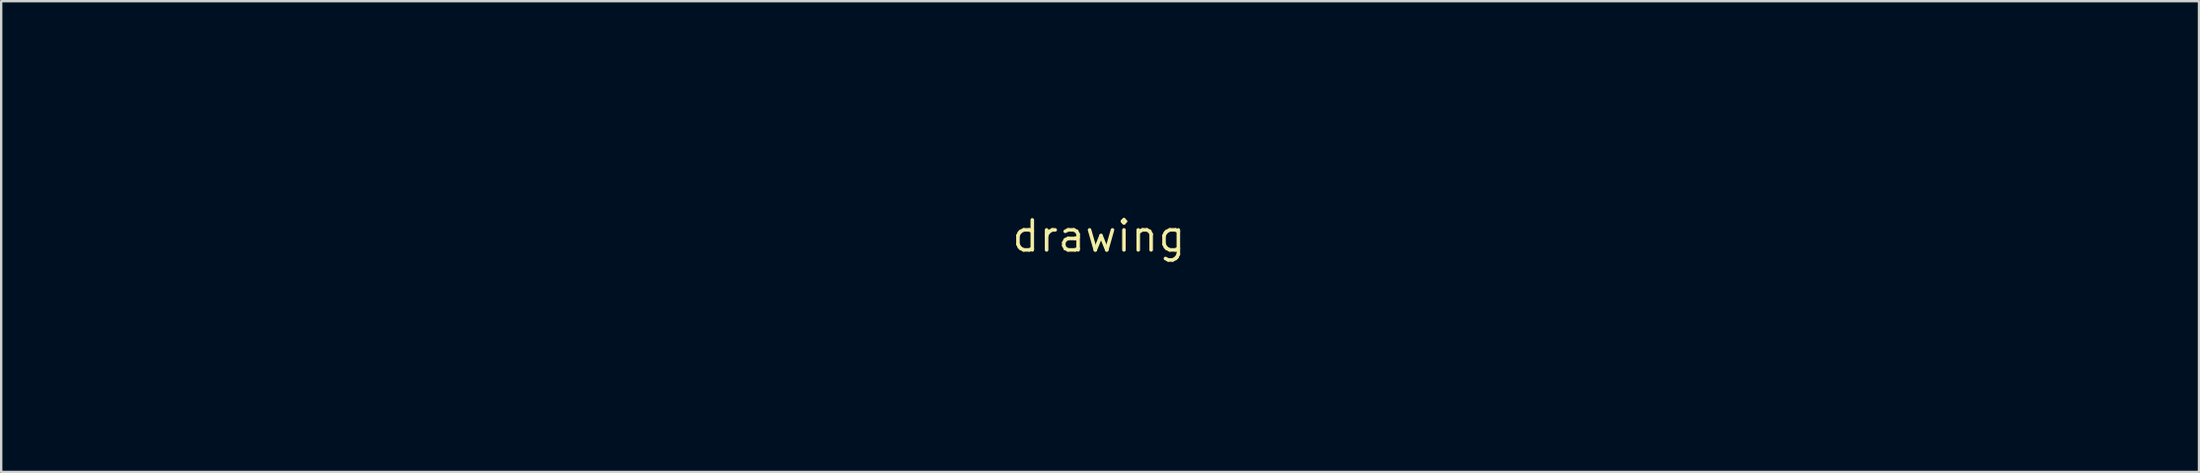
<source format=kicad_pcb>
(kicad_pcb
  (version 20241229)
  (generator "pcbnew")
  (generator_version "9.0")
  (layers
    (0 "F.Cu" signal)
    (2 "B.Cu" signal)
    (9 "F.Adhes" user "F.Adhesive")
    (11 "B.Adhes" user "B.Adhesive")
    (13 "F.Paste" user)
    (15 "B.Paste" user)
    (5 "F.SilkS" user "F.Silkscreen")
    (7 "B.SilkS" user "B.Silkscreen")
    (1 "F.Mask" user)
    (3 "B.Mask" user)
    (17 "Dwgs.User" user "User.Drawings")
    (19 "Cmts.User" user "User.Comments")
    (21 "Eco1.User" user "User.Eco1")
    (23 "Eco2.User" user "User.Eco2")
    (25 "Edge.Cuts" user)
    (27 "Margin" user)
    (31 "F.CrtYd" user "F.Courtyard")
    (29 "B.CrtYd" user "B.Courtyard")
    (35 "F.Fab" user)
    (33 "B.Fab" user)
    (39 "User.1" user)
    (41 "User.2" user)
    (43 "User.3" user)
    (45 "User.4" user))
  (footprint "drawing"
    (layer "F.Cu")
    (at 43.359 6.937)
    (property "Reference" "drawing" (at 0 0 0) (layer "F.SilkS") (effects (font (size 1.27 1.27) (thickness 0.15))))
    (attr through_hole)
    (fp_poly (pts (xy 20.659 -3.704) (xy 18.013 -3.704) (xy 18.013 -4.318) (xy 20.659 -4.318) (xy 20.659 -3.704)) (stroke (width 0.01) (type solid)) (fill yes) (layer "F.Mask"))
    (fp_poly (pts (xy 24.744 6.773) (xy 21.548 6.773) (xy 21.548 6.16) (xy 24.744 6.16) (xy 24.744 6.773)) (stroke (width 0.01) (type solid)) (fill yes) (layer "F.Mask"))
    (fp_poly (pts (xy -37.327 -5.387) (xy -37.322 -3.974) (xy -37.317 -2.561) (xy -36.407 -2.561) (xy -36.407 -2.011) (xy -39.053 -2.011) (xy -39.053 -2.561) (xy -38.058 -2.561) (xy -38.058 -4.847) (xy -39.01 -4.847) (xy -39.01 -5.398) (xy -37.327 -5.387)) (stroke (width 0.01) (type solid)) (fill yes) (layer "F.Mask"))
    (fp_poly (pts (xy -37.435 -6.842) (xy -37.395 -6.774) (xy -37.373 -6.704) (xy -37.363 -6.616) (xy -37.365 -6.487) (xy -37.39 -6.384) (xy -37.442 -6.298) (xy -37.469 -6.267) (xy -37.555 -6.194) (xy -37.646 -6.15) (xy -37.758 -6.127) (xy -37.803 -6.123) (xy -37.889 -6.121) (xy -37.953 -6.129) (xy -38.018 -6.154) (xy -38.054 -6.171) (xy -38.16 -6.242) (xy -38.223 -6.314) (xy -38.252 -6.363) (xy -38.269 -6.41) (xy -38.277 -6.47) (xy -38.28 -6.555) (xy -38.28 -6.574) (xy -38.279 -6.664) (xy -38.272 -6.725) (xy -38.258 -6.771) (xy -38.231 -6.817) (xy -38.215 -6.84) (xy -38.151 -6.932) (xy -37.499 -6.932) (xy -37.435 -6.842)) (stroke (width 0.01) (type solid)) (fill yes) (layer "F.Mask"))
    (fp_poly (pts (xy 38.493 -3.165) (xy 38.633 -3.124) (xy 38.76 -3.045) (xy 38.795 -3.015) (xy 38.899 -2.899) (xy 38.964 -2.768) (xy 38.994 -2.618) (xy 38.996 -2.551) (xy 38.977 -2.387) (xy 38.922 -2.242) (xy 38.834 -2.121) (xy 38.719 -2.027) (xy 38.579 -1.963) (xy 38.418 -1.935) (xy 38.407 -1.934) (xy 38.321 -1.934) (xy 38.243 -1.939) (xy 38.192 -1.948) (xy 38.092 -1.994) (xy 37.988 -2.065) (xy 37.897 -2.151) (xy 37.853 -2.207) (xy 37.782 -2.347) (xy 37.749 -2.492) (xy 37.753 -2.635) (xy 37.789 -2.773) (xy 37.855 -2.898) (xy 37.949 -3.006) (xy 38.067 -3.092) (xy 38.208 -3.149) (xy 38.335 -3.17) (xy 38.493 -3.165)) (stroke (width 0.01) (type solid)) (fill yes) (layer "F.Mask"))
    (fp_poly (pts (xy 35.299 2.183) (xy 35.47 2.254) (xy 35.617 2.359) (xy 35.738 2.497) (xy 35.832 2.665) (xy 35.888 2.83) (xy 35.895 2.861) (xy 35.901 2.903) (xy 35.905 2.957) (xy 35.909 3.028) (xy 35.912 3.118) (xy 35.915 3.231) (xy 35.917 3.371) (xy 35.918 3.539) (xy 35.919 3.74) (xy 35.92 3.977) (xy 35.92 4.252) (xy 35.92 4.28) (xy 35.92 5.609) (xy 35.204 5.609) (xy 35.194 4.376) (xy 35.191 4.075) (xy 35.188 3.815) (xy 35.185 3.595) (xy 35.18 3.413) (xy 35.176 3.268) (xy 35.171 3.159) (xy 35.165 3.084) (xy 35.159 3.044) (xy 35.111 2.914) (xy 35.04 2.82) (xy 34.945 2.758) (xy 34.821 2.727) (xy 34.724 2.722) (xy 34.547 2.745) (xy 34.378 2.81) (xy 34.219 2.914) (xy 34.072 3.058) (xy 34.032 3.105) (xy 33.952 3.207) (xy 33.952 4.408) (xy 33.951 5.609) (xy 33.211 5.609) (xy 33.211 2.243) (xy 33.533 2.248) (xy 33.856 2.254) (xy 33.877 2.448) (xy 33.898 2.641) (xy 34.023 2.529) (xy 34.226 2.375) (xy 34.445 2.259) (xy 34.679 2.182) (xy 34.894 2.148) (xy 35.106 2.148) (xy 35.299 2.183)) (stroke (width 0.01) (type solid)) (fill yes) (layer "F.Mask"))
    (fp_poly (pts (xy 26.331 2.631) (xy 26.442 2.527) (xy 26.62 2.382) (xy 26.805 2.276) (xy 27.004 2.206) (xy 27.224 2.169) (xy 27.31 2.164) (xy 27.462 2.161) (xy 27.586 2.171) (xy 27.695 2.196) (xy 27.802 2.237) (xy 27.842 2.256) (xy 27.992 2.352) (xy 28.111 2.474) (xy 28.202 2.625) (xy 28.258 2.773) (xy 28.268 2.807) (xy 28.277 2.84) (xy 28.284 2.874) (xy 28.29 2.912) (xy 28.296 2.958) (xy 28.299 3.016) (xy 28.303 3.088) (xy 28.305 3.177) (xy 28.306 3.288) (xy 28.307 3.424) (xy 28.307 3.587) (xy 28.307 3.781) (xy 28.306 4.009) (xy 28.305 4.275) (xy 28.305 4.397) (xy 28.3 5.63) (xy 27.581 5.63) (xy 27.575 4.333) (xy 27.57 3.036) (xy 27.516 2.931) (xy 27.474 2.861) (xy 27.423 2.811) (xy 27.348 2.766) (xy 27.347 2.766) (xy 27.278 2.733) (xy 27.222 2.717) (xy 27.158 2.713) (xy 27.086 2.717) (xy 26.937 2.742) (xy 26.798 2.795) (xy 26.663 2.879) (xy 26.523 2.999) (xy 26.498 3.024) (xy 26.331 3.191) (xy 26.331 5.609) (xy 25.612 5.609) (xy 25.612 0.895) (xy 25.829 0.871) (xy 25.94 0.859) (xy 26.055 0.847) (xy 26.154 0.837) (xy 26.188 0.834) (xy 26.331 0.82) (xy 26.331 2.631)) (stroke (width 0.01) (type solid)) (fill yes) (layer "F.Mask"))
    (fp_poly (pts (xy -26.247 -4.808) (xy -26.246 -4.442) (xy -26.246 -4.117) (xy -26.245 -3.831) (xy -26.244 -3.584) (xy -26.242 -3.372) (xy -26.24 -3.196) (xy -26.237 -3.053) (xy -26.234 -2.943) (xy -26.23 -2.863) (xy -26.226 -2.813) (xy -26.223 -2.792) (xy -26.172 -2.697) (xy -26.094 -2.616) (xy -26.021 -2.572) (xy -25.896 -2.538) (xy -25.746 -2.527) (xy -25.579 -2.54) (xy -25.407 -2.576) (xy -25.323 -2.601) (xy -25.211 -2.639) (xy -25.15 -2.468) (xy -25.104 -2.342) (xy -25.072 -2.251) (xy -25.053 -2.187) (xy -25.049 -2.144) (xy -25.059 -2.116) (xy -25.086 -2.097) (xy -25.128 -2.079) (xy -25.187 -2.057) (xy -25.188 -2.057) (xy -25.276 -2.026) (xy -25.378 -1.996) (xy -25.442 -1.979) (xy -25.536 -1.962) (xy -25.654 -1.949) (xy -25.785 -1.94) (xy -25.916 -1.935) (xy -26.036 -1.936) (xy -26.131 -1.942) (xy -26.162 -1.947) (xy -26.369 -2.006) (xy -26.548 -2.097) (xy -26.7 -2.22) (xy -26.823 -2.375) (xy -26.917 -2.56) (xy -26.953 -2.666) (xy -26.96 -2.69) (xy -26.965 -2.722) (xy -26.97 -2.762) (xy -26.974 -2.815) (xy -26.977 -2.882) (xy -26.98 -2.968) (xy -26.982 -3.074) (xy -26.984 -3.204) (xy -26.985 -3.361) (xy -26.986 -3.546) (xy -26.987 -3.764) (xy -26.987 -4.017) (xy -26.987 -4.308) (xy -26.988 -4.491) (xy -26.988 -6.202) (xy -27.982 -6.202) (xy -27.982 -6.752) (xy -26.247 -6.752) (xy -26.247 -4.808)) (stroke (width 0.01) (type solid)) (fill yes) (layer "F.Mask"))
    (fp_poly (pts (xy 35.794 -5.451) (xy 35.926 -5.435) (xy 35.972 -5.426) (xy 36.131 -5.391) (xy 36.121 -5.315) (xy 36.116 -5.272) (xy 36.108 -5.194) (xy 36.097 -5.088) (xy 36.085 -4.963) (xy 36.072 -4.825) (xy 36.067 -4.773) (xy 36.054 -4.631) (xy 36.041 -4.498) (xy 36.03 -4.382) (xy 36.02 -4.29) (xy 36.014 -4.229) (xy 36.012 -4.217) (xy 36 -4.128) (xy 35.475 -4.128) (xy 35.475 -4.805) (xy 35.415 -4.805) (xy 35.273 -4.784) (xy 35.13 -4.724) (xy 34.991 -4.628) (xy 34.859 -4.498) (xy 34.737 -4.337) (xy 34.648 -4.185) (xy 34.603 -4.097) (xy 34.566 -4.021) (xy 34.538 -3.952) (xy 34.516 -3.884) (xy 34.501 -3.81) (xy 34.491 -3.724) (xy 34.485 -3.62) (xy 34.482 -3.492) (xy 34.481 -3.333) (xy 34.48 -3.161) (xy 34.48 -2.54) (xy 35.158 -2.54) (xy 35.158 -2.011) (xy 33.253 -2.011) (xy 33.253 -2.54) (xy 33.74 -2.54) (xy 33.74 -4.868) (xy 33.253 -4.868) (xy 33.253 -5.397) (xy 33.77 -5.397) (xy 33.914 -5.397) (xy 34.043 -5.395) (xy 34.152 -5.392) (xy 34.235 -5.388) (xy 34.285 -5.384) (xy 34.298 -5.38) (xy 34.305 -5.354) (xy 34.317 -5.294) (xy 34.333 -5.206) (xy 34.351 -5.098) (xy 34.367 -5.003) (xy 34.424 -4.643) (xy 34.476 -4.74) (xy 34.61 -4.957) (xy 34.762 -5.136) (xy 34.932 -5.277) (xy 35.12 -5.38) (xy 35.266 -5.43) (xy 35.371 -5.449) (xy 35.502 -5.458) (xy 35.648 -5.459) (xy 35.794 -5.451)) (stroke (width 0.01) (type solid)) (fill yes) (layer "F.Mask"))
    (fp_poly (pts (xy -2.336 -5.454) (xy -2.199 -5.439) (xy -2.128 -5.426) (xy -1.969 -5.391) (xy -1.98 -5.315) (xy -1.984 -5.277) (xy -1.992 -5.205) (xy -2.002 -5.107) (xy -2.014 -4.988) (xy -2.028 -4.857) (xy -2.041 -4.72) (xy -2.055 -4.583) (xy -2.067 -4.453) (xy -2.078 -4.338) (xy -2.087 -4.244) (xy -2.093 -4.178) (xy -2.095 -4.147) (xy -2.095 -4.146) (xy -2.115 -4.139) (xy -2.169 -4.133) (xy -2.25 -4.129) (xy -2.349 -4.128) (xy -2.36 -4.128) (xy -2.625 -4.128) (xy -2.625 -4.81) (xy -2.726 -4.8) (xy -2.847 -4.774) (xy -2.976 -4.721) (xy -3.095 -4.649) (xy -3.15 -4.604) (xy -3.224 -4.526) (xy -3.307 -4.42) (xy -3.39 -4.296) (xy -3.467 -4.168) (xy -3.529 -4.046) (xy -3.54 -4.022) (xy -3.608 -3.863) (xy -3.622 -2.54) (xy -2.942 -2.54) (xy -2.942 -2.011) (xy -4.847 -2.011) (xy -4.847 -2.54) (xy -4.36 -2.54) (xy -4.36 -4.868) (xy -4.847 -4.868) (xy -4.847 -5.397) (xy -4.33 -5.397) (xy -4.168 -5.397) (xy -4.044 -5.396) (xy -3.952 -5.395) (xy -3.887 -5.391) (xy -3.845 -5.386) (xy -3.82 -5.379) (xy -3.807 -5.37) (xy -3.802 -5.36) (xy -3.795 -5.327) (xy -3.783 -5.26) (xy -3.768 -5.169) (xy -3.751 -5.063) (xy -3.747 -5.038) (xy -3.725 -4.897) (xy -3.709 -4.794) (xy -3.695 -4.727) (xy -3.683 -4.69) (xy -3.671 -4.681) (xy -3.655 -4.696) (xy -3.634 -4.732) (xy -3.607 -4.785) (xy -3.603 -4.792) (xy -3.552 -4.875) (xy -3.482 -4.971) (xy -3.404 -5.066) (xy -3.373 -5.1) (xy -3.23 -5.235) (xy -3.083 -5.335) (xy -2.922 -5.407) (xy -2.859 -5.427) (xy -2.758 -5.447) (xy -2.628 -5.458) (xy -2.483 -5.46) (xy -2.336 -5.454)) (stroke (width 0.01) (type solid)) (fill yes) (layer "F.Mask"))
    (fp_poly (pts (xy 28.324 -5.397) (xy 28.426 -5.395) (xy 28.495 -5.39) (xy 28.536 -5.384) (xy 28.553 -5.375) (xy 28.554 -5.37) (xy 28.547 -5.347) (xy 28.527 -5.286) (xy 28.495 -5.192) (xy 28.451 -5.066) (xy 28.398 -4.913) (xy 28.336 -4.735) (xy 28.266 -4.534) (xy 28.189 -4.315) (xy 28.106 -4.08) (xy 28.018 -3.832) (xy 27.965 -3.682) (xy 27.377 -2.021) (xy 26.955 -2.016) (xy 26.532 -2.01) (xy 25.945 -3.677) (xy 25.855 -3.932) (xy 25.769 -4.176) (xy 25.689 -4.405) (xy 25.615 -4.617) (xy 25.548 -4.809) (xy 25.49 -4.978) (xy 25.441 -5.121) (xy 25.402 -5.234) (xy 25.375 -5.315) (xy 25.36 -5.361) (xy 25.357 -5.371) (xy 25.368 -5.381) (xy 25.402 -5.388) (xy 25.463 -5.393) (xy 25.557 -5.396) (xy 25.688 -5.397) (xy 25.739 -5.397) (xy 25.875 -5.397) (xy 25.974 -5.396) (xy 26.043 -5.394) (xy 26.088 -5.389) (xy 26.115 -5.382) (xy 26.129 -5.37) (xy 26.137 -5.355) (xy 26.139 -5.35) (xy 26.148 -5.322) (xy 26.169 -5.257) (xy 26.199 -5.158) (xy 26.239 -5.03) (xy 26.287 -4.875) (xy 26.341 -4.698) (xy 26.401 -4.501) (xy 26.467 -4.288) (xy 26.535 -4.064) (xy 26.556 -3.995) (xy 26.625 -3.769) (xy 26.691 -3.556) (xy 26.752 -3.358) (xy 26.808 -3.179) (xy 26.857 -3.023) (xy 26.898 -2.892) (xy 26.931 -2.791) (xy 26.954 -2.723) (xy 26.966 -2.69) (xy 26.967 -2.688) (xy 26.975 -2.708) (xy 26.994 -2.764) (xy 27.022 -2.852) (xy 27.06 -2.969) (xy 27.105 -3.11) (xy 27.156 -3.272) (xy 27.213 -3.45) (xy 27.273 -3.64) (xy 27.335 -3.839) (xy 27.399 -4.041) (xy 27.462 -4.245) (xy 27.524 -4.444) (xy 27.584 -4.636) (xy 27.64 -4.816) (xy 27.69 -4.981) (xy 27.735 -5.126) (xy 27.771 -5.246) (xy 27.786 -5.297) (xy 27.816 -5.397) (xy 28.185 -5.397) (xy 28.324 -5.397)) (stroke (width 0.01) (type solid)) (fill yes) (layer "F.Mask"))
    (fp_poly (pts (xy -34.255 -5.472) (xy -34.11 -5.435) (xy -33.983 -5.367) (xy -33.88 -5.272) (xy -33.814 -5.166) (xy -33.776 -5.081) (xy -33.619 -5.228) (xy -33.499 -5.33) (xy -33.387 -5.401) (xy -33.273 -5.444) (xy -33.143 -5.465) (xy -33.041 -5.47) (xy -32.895 -5.461) (xy -32.775 -5.43) (xy -32.671 -5.371) (xy -32.601 -5.311) (xy -32.524 -5.212) (xy -32.46 -5.082) (xy -32.412 -4.931) (xy -32.384 -4.769) (xy -32.379 -4.699) (xy -32.379 -4.657) (xy -32.378 -4.577) (xy -32.378 -4.463) (xy -32.378 -4.318) (xy -32.378 -4.148) (xy -32.378 -3.956) (xy -32.379 -3.746) (xy -32.379 -3.522) (xy -32.38 -3.297) (xy -32.385 -2.011) (xy -33.02 -2.011) (xy -33.02 -3.324) (xy -33.02 -3.61) (xy -33.021 -3.857) (xy -33.022 -4.068) (xy -33.023 -4.245) (xy -33.026 -4.392) (xy -33.03 -4.512) (xy -33.035 -4.608) (xy -33.042 -4.684) (xy -33.05 -4.741) (xy -33.061 -4.783) (xy -33.073 -4.814) (xy -33.088 -4.836) (xy -33.105 -4.852) (xy -33.119 -4.862) (xy -33.193 -4.887) (xy -33.286 -4.882) (xy -33.388 -4.849) (xy -33.491 -4.791) (xy -33.588 -4.712) (xy -33.608 -4.691) (xy -33.697 -4.594) (xy -33.697 -2.011) (xy -34.309 -2.011) (xy -34.316 -3.371) (xy -34.317 -3.646) (xy -34.318 -3.883) (xy -34.32 -4.083) (xy -34.321 -4.25) (xy -34.323 -4.388) (xy -34.326 -4.5) (xy -34.329 -4.588) (xy -34.332 -4.656) (xy -34.336 -4.706) (xy -34.341 -4.743) (xy -34.347 -4.77) (xy -34.354 -4.789) (xy -34.358 -4.797) (xy -34.392 -4.845) (xy -34.426 -4.875) (xy -34.429 -4.876) (xy -34.511 -4.888) (xy -34.61 -4.872) (xy -34.716 -4.832) (xy -34.818 -4.773) (xy -34.906 -4.699) (xy -34.94 -4.66) (xy -35.01 -4.569) (xy -35.01 -2.011) (xy -35.666 -2.011) (xy -35.666 -5.397) (xy -35.12 -5.397) (xy -35.097 -5.263) (xy -35.084 -5.184) (xy -35.076 -5.115) (xy -35.073 -5.078) (xy -35.071 -5.049) (xy -35.061 -5.048) (xy -35.036 -5.076) (xy -35.016 -5.101) (xy -34.878 -5.256) (xy -34.73 -5.369) (xy -34.571 -5.442) (xy -34.413 -5.475) (xy -34.255 -5.472)) (stroke (width 0.01) (type solid)) (fill yes) (layer "F.Mask"))
    (fp_poly (pts (xy 12.855 2.247) (xy 12.959 2.248) (xy 13.329 2.254) (xy 12.701 4.064) (xy 12.581 4.411) (xy 12.47 4.729) (xy 12.369 5.014) (xy 12.279 5.268) (xy 12.199 5.487) (xy 12.132 5.672) (xy 12.076 5.821) (xy 12.032 5.932) (xy 12.002 6.005) (xy 11.99 6.029) (xy 11.906 6.169) (xy 11.804 6.311) (xy 11.694 6.445) (xy 11.585 6.559) (xy 11.52 6.615) (xy 11.378 6.713) (xy 11.214 6.8) (xy 11.039 6.873) (xy 10.865 6.927) (xy 10.703 6.958) (xy 10.613 6.964) (xy 10.544 6.961) (xy 10.507 6.949) (xy 10.491 6.927) (xy 10.483 6.891) (xy 10.471 6.824) (xy 10.456 6.737) (xy 10.445 6.67) (xy 10.429 6.563) (xy 10.423 6.491) (xy 10.428 6.447) (xy 10.447 6.423) (xy 10.481 6.415) (xy 10.506 6.414) (xy 10.558 6.405) (xy 10.637 6.383) (xy 10.732 6.351) (xy 10.832 6.313) (xy 10.925 6.274) (xy 11.002 6.238) (xy 11.033 6.219) (xy 11.166 6.112) (xy 11.284 5.97) (xy 11.39 5.791) (xy 11.475 5.62) (xy 11.255 5.599) (xy 10.124 2.254) (xy 10.505 2.248) (xy 10.628 2.247) (xy 10.735 2.247) (xy 10.82 2.248) (xy 10.876 2.251) (xy 10.897 2.253) (xy 10.904 2.275) (xy 10.923 2.334) (xy 10.951 2.427) (xy 10.989 2.55) (xy 11.034 2.7) (xy 11.086 2.874) (xy 11.144 3.068) (xy 11.207 3.279) (xy 11.273 3.504) (xy 11.303 3.603) (xy 11.371 3.834) (xy 11.436 4.055) (xy 11.497 4.26) (xy 11.553 4.448) (xy 11.602 4.615) (xy 11.644 4.756) (xy 11.678 4.869) (xy 11.702 4.95) (xy 11.716 4.995) (xy 11.718 5.002) (xy 11.723 5.009) (xy 11.731 5.004) (xy 11.743 4.984) (xy 11.758 4.946) (xy 11.779 4.889) (xy 11.806 4.809) (xy 11.84 4.704) (xy 11.881 4.571) (xy 11.931 4.409) (xy 11.99 4.214) (xy 12.059 3.984) (xy 12.139 3.716) (xy 12.156 3.658) (xy 12.227 3.424) (xy 12.293 3.201) (xy 12.355 2.994) (xy 12.412 2.805) (xy 12.462 2.639) (xy 12.505 2.498) (xy 12.539 2.385) (xy 12.564 2.304) (xy 12.578 2.258) (xy 12.582 2.249) (xy 12.604 2.247) (xy 12.661 2.246) (xy 12.748 2.246) (xy 12.855 2.247)) (stroke (width 0.01) (type solid)) (fill yes) (layer "F.Mask"))
    (fp_poly (pts (xy -15.57 -6.424) (xy -15.261 -4.978) (xy -14.953 -3.533) (xy -14.362 -6.435) (xy -13.465 -6.435) (xy -13.453 -6.345) (xy -13.451 -6.314) (xy -13.447 -6.245) (xy -13.44 -6.141) (xy -13.432 -6.006) (xy -13.422 -5.842) (xy -13.411 -5.653) (xy -13.399 -5.443) (xy -13.385 -5.216) (xy -13.371 -4.975) (xy -13.357 -4.723) (xy -13.342 -4.463) (xy -13.327 -4.2) (xy -13.312 -3.938) (xy -13.297 -3.678) (xy -13.283 -3.425) (xy -13.269 -3.183) (xy -13.257 -2.954) (xy -13.245 -2.743) (xy -13.234 -2.553) (xy -13.225 -2.387) (xy -13.218 -2.25) (xy -13.212 -2.143) (xy -13.209 -2.072) (xy -13.207 -2.038) (xy -13.207 -2.037) (xy -13.218 -2.027) (xy -13.253 -2.019) (xy -13.317 -2.015) (xy -13.413 -2.012) (xy -13.548 -2.011) (xy -13.557 -2.011) (xy -13.906 -2.011) (xy -13.907 -2.08) (xy -13.908 -2.114) (xy -13.911 -2.186) (xy -13.915 -2.292) (xy -13.921 -2.427) (xy -13.929 -2.587) (xy -13.938 -2.768) (xy -13.947 -2.965) (xy -13.958 -3.174) (xy -13.96 -3.217) (xy -13.972 -3.474) (xy -13.983 -3.739) (xy -13.993 -4.004) (xy -14.001 -4.26) (xy -14.008 -4.5) (xy -14.013 -4.716) (xy -14.015 -4.9) (xy -14.015 -4.942) (xy -14.017 -5.599) (xy -14.29 -4.35) (xy -14.34 -4.121) (xy -14.388 -3.901) (xy -14.434 -3.693) (xy -14.475 -3.502) (xy -14.513 -3.332) (xy -14.544 -3.188) (xy -14.57 -3.072) (xy -14.588 -2.99) (xy -14.597 -2.947) (xy -14.63 -2.794) (xy -15.294 -2.794) (xy -15.949 -5.568) (xy -15.962 -4.493) (xy -15.968 -4.075) (xy -15.976 -3.678) (xy -15.986 -3.307) (xy -15.997 -2.965) (xy -16.01 -2.656) (xy -16.024 -2.382) (xy -16.036 -2.207) (xy -16.048 -2.032) (xy -16.727 -2.032) (xy -16.713 -2.207) (xy -16.71 -2.254) (xy -16.705 -2.339) (xy -16.698 -2.461) (xy -16.689 -2.614) (xy -16.678 -2.797) (xy -16.667 -3.005) (xy -16.654 -3.235) (xy -16.64 -3.484) (xy -16.625 -3.749) (xy -16.609 -4.026) (xy -16.594 -4.297) (xy -16.579 -4.58) (xy -16.563 -4.854) (xy -16.549 -5.114) (xy -16.535 -5.357) (xy -16.522 -5.58) (xy -16.51 -5.781) (xy -16.5 -5.955) (xy -16.491 -6.099) (xy -16.484 -6.211) (xy -16.479 -6.287) (xy -16.477 -6.324) (xy -16.465 -6.435) (xy -15.57 -6.424)) (stroke (width 0.01) (type solid)) (fill yes) (layer "F.Mask"))
    (fp_poly (pts (xy 12.43 -6.808) (xy 12.49 -6.801) (xy 12.578 -6.791) (xy 12.68 -6.78) (xy 12.742 -6.773) (xy 12.84 -6.763) (xy 12.926 -6.752) (xy 12.988 -6.744) (xy 13.012 -6.74) (xy 13.06 -6.73) (xy 13.06 -2.01) (xy 12.737 -2.016) (xy 12.414 -2.021) (xy 12.391 -2.201) (xy 12.38 -2.282) (xy 12.371 -2.345) (xy 12.365 -2.379) (xy 12.364 -2.382) (xy 12.349 -2.369) (xy 12.31 -2.333) (xy 12.256 -2.28) (xy 12.227 -2.252) (xy 12.073 -2.123) (xy 11.911 -2.03) (xy 11.731 -1.97) (xy 11.527 -1.939) (xy 11.472 -1.936) (xy 11.309 -1.936) (xy 11.171 -1.95) (xy 11.141 -1.956) (xy 10.949 -2.02) (xy 10.771 -2.118) (xy 10.615 -2.244) (xy 10.49 -2.394) (xy 10.478 -2.412) (xy 10.42 -2.517) (xy 10.358 -2.651) (xy 10.299 -2.8) (xy 10.248 -2.951) (xy 10.222 -3.04) (xy 10.199 -3.157) (xy 10.181 -3.305) (xy 10.169 -3.47) (xy 10.164 -3.604) (xy 10.943 -3.604) (xy 10.95 -3.437) (xy 10.963 -3.287) (xy 10.966 -3.27) (xy 11.009 -3.053) (xy 11.074 -2.87) (xy 11.159 -2.722) (xy 11.264 -2.608) (xy 11.386 -2.531) (xy 11.524 -2.492) (xy 11.678 -2.49) (xy 11.847 -2.528) (xy 11.885 -2.542) (xy 11.982 -2.592) (xy 12.087 -2.667) (xy 12.187 -2.758) (xy 12.269 -2.852) (xy 12.29 -2.883) (xy 12.34 -2.962) (xy 12.34 -4.548) (xy 12.235 -4.656) (xy 12.119 -4.753) (xy 11.987 -4.831) (xy 11.904 -4.867) (xy 11.834 -4.887) (xy 11.757 -4.896) (xy 11.674 -4.898) (xy 11.571 -4.894) (xy 11.493 -4.883) (xy 11.426 -4.859) (xy 11.406 -4.85) (xy 11.283 -4.772) (xy 11.18 -4.664) (xy 11.094 -4.525) (xy 11.025 -4.35) (xy 10.985 -4.206) (xy 10.965 -4.089) (xy 10.951 -3.942) (xy 10.943 -3.777) (xy 10.943 -3.604) (xy 10.164 -3.604) (xy 10.163 -3.643) (xy 10.164 -3.809) (xy 10.172 -3.958) (xy 10.179 -4.025) (xy 10.228 -4.293) (xy 10.298 -4.54) (xy 10.389 -4.761) (xy 10.472 -4.909) (xy 10.606 -5.084) (xy 10.765 -5.228) (xy 10.942 -5.34) (xy 11.133 -5.42) (xy 11.333 -5.467) (xy 11.537 -5.479) (xy 11.74 -5.455) (xy 11.938 -5.395) (xy 12.126 -5.297) (xy 12.193 -5.25) (xy 12.33 -5.147) (xy 12.335 -5.984) (xy 12.341 -6.82) (xy 12.43 -6.808)) (stroke (width 0.01) (type solid)) (fill yes) (layer "F.Mask"))
    (fp_poly (pts (xy -29.762 -5.474) (xy -29.559 -5.438) (xy -29.366 -5.364) (xy -29.268 -5.309) (xy -29.114 -5.188) (xy -28.984 -5.035) (xy -28.877 -4.851) (xy -28.794 -4.634) (xy -28.734 -4.384) (xy -28.698 -4.1) (xy -28.684 -3.781) (xy -28.686 -3.593) (xy -28.691 -3.444) (xy -28.698 -3.328) (xy -28.706 -3.236) (xy -28.717 -3.158) (xy -28.733 -3.086) (xy -28.749 -3.026) (xy -28.83 -2.782) (xy -28.924 -2.575) (xy -29.031 -2.401) (xy -29.154 -2.256) (xy -29.159 -2.251) (xy -29.324 -2.117) (xy -29.511 -2.017) (xy -29.716 -1.955) (xy -29.936 -1.93) (xy -30.168 -1.943) (xy -30.203 -1.949) (xy -30.374 -1.99) (xy -30.532 -2.061) (xy -30.686 -2.163) (xy -30.819 -2.263) (xy -30.819 -0.72) (xy -30.866 -0.719) (xy -30.904 -0.716) (xy -30.974 -0.709) (xy -31.069 -0.699) (xy -31.18 -0.686) (xy -31.228 -0.68) (xy -31.365 -0.665) (xy -31.462 -0.657) (xy -31.523 -0.656) (xy -31.55 -0.663) (xy -31.551 -0.665) (xy -31.552 -0.689) (xy -31.553 -0.752) (xy -31.554 -0.853) (xy -31.555 -0.987) (xy -31.555 -1.153) (xy -31.556 -1.347) (xy -31.556 -1.568) (xy -31.556 -1.812) (xy -31.556 -2.076) (xy -31.556 -2.358) (xy -31.555 -2.656) (xy -31.555 -2.965) (xy -31.554 -3.037) (xy -31.551 -4.439) (xy -30.819 -4.439) (xy -30.819 -2.856) (xy -30.719 -2.749) (xy -30.591 -2.638) (xy -30.446 -2.557) (xy -30.324 -2.518) (xy -30.221 -2.507) (xy -30.104 -2.511) (xy -29.992 -2.527) (xy -29.917 -2.55) (xy -29.783 -2.628) (xy -29.675 -2.74) (xy -29.613 -2.843) (xy -29.557 -2.967) (xy -29.515 -3.084) (xy -29.485 -3.205) (xy -29.465 -3.341) (xy -29.453 -3.502) (xy -29.449 -3.609) (xy -29.446 -3.808) (xy -29.451 -3.975) (xy -29.466 -4.122) (xy -29.492 -4.259) (xy -29.53 -4.397) (xy -29.541 -4.43) (xy -29.605 -4.593) (xy -29.68 -4.718) (xy -29.768 -4.807) (xy -29.876 -4.865) (xy -30.006 -4.895) (xy -30.109 -4.9) (xy -30.211 -4.897) (xy -30.287 -4.885) (xy -30.353 -4.863) (xy -30.379 -4.851) (xy -30.475 -4.792) (xy -30.579 -4.71) (xy -30.678 -4.616) (xy -30.757 -4.523) (xy -30.759 -4.521) (xy -30.819 -4.439) (xy -31.551 -4.439) (xy -31.549 -5.387) (xy -30.914 -5.387) (xy -30.879 -4.985) (xy -30.734 -5.126) (xy -30.563 -5.264) (xy -30.375 -5.369) (xy -30.175 -5.439) (xy -29.969 -5.475) (xy -29.762 -5.474)) (stroke (width 0.01) (type solid)) (fill yes) (layer "F.Mask"))
    (fp_poly (pts (xy 0.473 -5.465) (xy 0.633 -5.443) (xy 0.781 -5.404) (xy 0.93 -5.344) (xy 0.997 -5.312) (xy 1.104 -5.249) (xy 1.216 -5.169) (xy 1.322 -5.081) (xy 1.411 -4.995) (xy 1.463 -4.931) (xy 1.594 -4.708) (xy 1.693 -4.473) (xy 1.761 -4.221) (xy 1.799 -3.948) (xy 1.808 -3.648) (xy 1.806 -3.588) (xy 1.781 -3.298) (xy 1.723 -3.032) (xy 1.634 -2.791) (xy 1.516 -2.578) (xy 1.371 -2.393) (xy 1.2 -2.237) (xy 1.003 -2.114) (xy 0.784 -2.023) (xy 0.543 -1.968) (xy 0.281 -1.948) (xy 0.266 -1.948) (xy 0.07 -1.957) (xy -0.091 -1.982) (xy -0.119 -1.989) (xy -0.302 -2.051) (xy -0.481 -2.137) (xy -0.646 -2.242) (xy -0.789 -2.359) (xy -0.899 -2.482) (xy -0.914 -2.503) (xy -1.032 -2.705) (xy -1.131 -2.931) (xy -1.189 -3.113) (xy -1.207 -3.181) (xy -1.22 -3.245) (xy -1.228 -3.313) (xy -1.234 -3.393) (xy -1.237 -3.495) (xy -1.238 -3.627) (xy -1.238 -3.704) (xy -1.238 -3.745) (xy -0.483 -3.745) (xy -0.481 -3.609) (xy -0.459 -3.349) (xy -0.415 -3.122) (xy -0.349 -2.93) (xy -0.261 -2.773) (xy -0.153 -2.652) (xy -0.024 -2.566) (xy 0.126 -2.517) (xy 0.296 -2.504) (xy 0.307 -2.505) (xy 0.425 -2.519) (xy 0.528 -2.546) (xy 0.554 -2.556) (xy 0.684 -2.631) (xy 0.792 -2.736) (xy 0.881 -2.872) (xy 0.955 -3.043) (xy 0.986 -3.144) (xy 1.005 -3.238) (xy 1.02 -3.364) (xy 1.03 -3.511) (xy 1.035 -3.668) (xy 1.034 -3.825) (xy 1.028 -3.971) (xy 1.017 -4.095) (xy 1.005 -4.165) (xy 0.947 -4.377) (xy 0.872 -4.552) (xy 0.78 -4.689) (xy 0.669 -4.791) (xy 0.537 -4.859) (xy 0.385 -4.893) (xy 0.286 -4.899) (xy 0.112 -4.881) (xy -0.039 -4.829) (xy -0.166 -4.741) (xy -0.271 -4.617) (xy -0.353 -4.458) (xy -0.359 -4.445) (xy -0.428 -4.226) (xy -0.469 -3.996) (xy -0.483 -3.745) (xy -1.238 -3.745) (xy -1.238 -3.853) (xy -1.236 -3.969) (xy -1.231 -4.058) (xy -1.224 -4.132) (xy -1.214 -4.196) (xy -1.199 -4.261) (xy -1.189 -4.295) (xy -1.102 -4.555) (xy -0.991 -4.781) (xy -0.855 -4.974) (xy -0.691 -5.137) (xy -0.499 -5.27) (xy -0.277 -5.377) (xy -0.147 -5.422) (xy -0.07 -5.444) (xy 0.003 -5.458) (xy 0.085 -5.467) (xy 0.187 -5.471) (xy 0.286 -5.471) (xy 0.473 -5.465)) (stroke (width 0.01) (type solid)) (fill yes) (layer "F.Mask"))
    (fp_poly (pts (xy 39.051 0.807) (xy 39.111 0.814) (xy 39.198 0.824) (xy 39.305 0.837) (xy 39.381 0.847) (xy 39.495 0.861) (xy 39.594 0.873) (xy 39.669 0.882) (xy 39.715 0.888) (xy 39.725 0.889) (xy 39.725 0.91) (xy 39.726 0.97) (xy 39.727 1.067) (xy 39.727 1.199) (xy 39.728 1.362) (xy 39.728 1.554) (xy 39.729 1.773) (xy 39.729 2.015) (xy 39.729 2.277) (xy 39.73 2.558) (xy 39.73 2.855) (xy 39.73 3.164) (xy 39.73 3.25) (xy 39.73 5.61) (xy 39.407 5.604) (xy 39.084 5.599) (xy 39.042 5.226) (xy 38.916 5.354) (xy 38.75 5.493) (xy 38.562 5.596) (xy 38.354 5.662) (xy 38.128 5.691) (xy 38.058 5.692) (xy 37.959 5.687) (xy 37.857 5.675) (xy 37.782 5.66) (xy 37.581 5.586) (xy 37.402 5.476) (xy 37.248 5.333) (xy 37.121 5.159) (xy 37.068 5.059) (xy 36.953 4.775) (xy 36.876 4.487) (xy 36.837 4.187) (xy 36.83 3.989) (xy 36.836 3.866) (xy 37.616 3.866) (xy 37.619 4) (xy 37.629 4.226) (xy 37.648 4.415) (xy 37.676 4.573) (xy 37.716 4.706) (xy 37.77 4.819) (xy 37.838 4.918) (xy 37.899 4.986) (xy 38.016 5.076) (xy 38.149 5.127) (xy 38.296 5.138) (xy 38.459 5.109) (xy 38.483 5.102) (xy 38.647 5.032) (xy 38.794 4.93) (xy 38.914 4.804) (xy 38.927 4.787) (xy 39.01 4.671) (xy 39.01 3.096) (xy 38.945 3.014) (xy 38.821 2.891) (xy 38.672 2.799) (xy 38.505 2.743) (xy 38.334 2.724) (xy 38.172 2.743) (xy 38.03 2.799) (xy 37.909 2.891) (xy 37.809 3.02) (xy 37.742 3.157) (xy 37.696 3.277) (xy 37.662 3.383) (xy 37.639 3.486) (xy 37.624 3.594) (xy 37.617 3.717) (xy 37.616 3.866) (xy 36.836 3.866) (xy 36.844 3.681) (xy 36.886 3.394) (xy 36.953 3.132) (xy 37.047 2.897) (xy 37.164 2.689) (xy 37.304 2.512) (xy 37.467 2.368) (xy 37.65 2.258) (xy 37.735 2.222) (xy 37.922 2.17) (xy 38.119 2.146) (xy 38.311 2.154) (xy 38.383 2.165) (xy 38.582 2.222) (xy 38.759 2.305) (xy 38.907 2.409) (xy 38.91 2.412) (xy 39.01 2.501) (xy 39.01 1.653) (xy 39.011 1.468) (xy 39.012 1.297) (xy 39.013 1.144) (xy 39.016 1.015) (xy 39.018 0.912) (xy 39.021 0.842) (xy 39.025 0.807) (xy 39.026 0.805) (xy 39.051 0.807)) (stroke (width 0.01) (type solid)) (fill yes) (layer "F.Mask"))
    (fp_poly (pts (xy -6.943 -5.47) (xy -6.838 -5.467) (xy -6.754 -5.46) (xy -6.683 -5.45) (xy -6.614 -5.434) (xy -6.574 -5.423) (xy -6.458 -5.383) (xy -6.33 -5.33) (xy -6.202 -5.268) (xy -6.086 -5.204) (xy -5.993 -5.144) (xy -5.969 -5.126) (xy -5.896 -5.064) (xy -6.052 -4.855) (xy -6.113 -4.773) (xy -6.166 -4.703) (xy -6.204 -4.653) (xy -6.223 -4.629) (xy -6.223 -4.628) (xy -6.249 -4.629) (xy -6.296 -4.649) (xy -6.331 -4.669) (xy -6.528 -4.771) (xy -6.739 -4.843) (xy -6.953 -4.882) (xy -7.13 -4.885) (xy -7.314 -4.856) (xy -7.476 -4.79) (xy -7.616 -4.688) (xy -7.732 -4.551) (xy -7.797 -4.439) (xy -7.853 -4.318) (xy -7.893 -4.209) (xy -7.921 -4.099) (xy -7.938 -3.978) (xy -7.946 -3.835) (xy -7.948 -3.683) (xy -7.945 -3.52) (xy -7.937 -3.389) (xy -7.921 -3.278) (xy -7.894 -3.178) (xy -7.854 -3.078) (xy -7.8 -2.967) (xy -7.795 -2.957) (xy -7.695 -2.809) (xy -7.571 -2.693) (xy -7.424 -2.611) (xy -7.258 -2.561) (xy -7.075 -2.545) (xy -6.878 -2.563) (xy -6.671 -2.616) (xy -6.456 -2.704) (xy -6.447 -2.709) (xy -6.361 -2.75) (xy -6.289 -2.781) (xy -6.239 -2.8) (xy -6.221 -2.803) (xy -6.204 -2.783) (xy -6.167 -2.736) (xy -6.116 -2.668) (xy -6.057 -2.586) (xy -6.052 -2.579) (xy -5.898 -2.363) (xy -5.971 -2.302) (xy -6.033 -2.258) (xy -6.124 -2.206) (xy -6.233 -2.149) (xy -6.349 -2.094) (xy -6.462 -2.046) (xy -6.56 -2.009) (xy -6.593 -1.999) (xy -6.684 -1.981) (xy -6.81 -1.968) (xy -6.974 -1.959) (xy -7.07 -1.956) (xy -7.209 -1.953) (xy -7.315 -1.954) (xy -7.397 -1.957) (xy -7.464 -1.965) (xy -7.526 -1.978) (xy -7.565 -1.988) (xy -7.785 -2.068) (xy -7.993 -2.179) (xy -8.179 -2.315) (xy -8.334 -2.471) (xy -8.351 -2.493) (xy -8.424 -2.597) (xy -8.5 -2.728) (xy -8.572 -2.871) (xy -8.631 -3.011) (xy -8.669 -3.122) (xy -8.689 -3.222) (xy -8.704 -3.352) (xy -8.713 -3.503) (xy -8.718 -3.662) (xy -8.716 -3.818) (xy -8.709 -3.961) (xy -8.695 -4.079) (xy -8.69 -4.105) (xy -8.618 -4.377) (xy -8.518 -4.622) (xy -8.392 -4.837) (xy -8.239 -5.02) (xy -8.196 -5.062) (xy -8.04 -5.19) (xy -7.875 -5.292) (xy -7.687 -5.377) (xy -7.619 -5.401) (xy -7.542 -5.428) (xy -7.479 -5.446) (xy -7.419 -5.458) (xy -7.354 -5.466) (xy -7.273 -5.469) (xy -7.166 -5.471) (xy -7.08 -5.471) (xy -6.943 -5.47)) (stroke (width 0.01) (type solid)) (fill yes) (layer "F.Mask"))
    (fp_poly (pts (xy 4.622 -5.457) (xy 4.802 -5.417) (xy 4.962 -5.347) (xy 5.108 -5.245) (xy 5.207 -5.152) (xy 5.329 -5) (xy 5.428 -4.818) (xy 5.507 -4.604) (xy 5.565 -4.356) (xy 5.587 -4.223) (xy 5.597 -4.115) (xy 5.605 -3.98) (xy 5.608 -3.828) (xy 5.608 -3.67) (xy 5.605 -3.515) (xy 5.599 -3.374) (xy 5.589 -3.258) (xy 5.579 -3.193) (xy 5.517 -2.94) (xy 5.431 -2.71) (xy 5.325 -2.504) (xy 5.2 -2.327) (xy 5.059 -2.183) (xy 4.904 -2.075) (xy 4.868 -2.056) (xy 4.66 -1.977) (xy 4.446 -1.935) (xy 4.23 -1.931) (xy 4.019 -1.964) (xy 3.818 -2.034) (xy 3.634 -2.139) (xy 3.582 -2.177) (xy 3.471 -2.266) (xy 3.471 -0.72) (xy 3.424 -0.719) (xy 3.386 -0.716) (xy 3.316 -0.709) (xy 3.221 -0.699) (xy 3.11 -0.686) (xy 3.062 -0.68) (xy 2.925 -0.665) (xy 2.828 -0.657) (xy 2.767 -0.656) (xy 2.74 -0.663) (xy 2.739 -0.665) (xy 2.738 -0.689) (xy 2.737 -0.752) (xy 2.736 -0.853) (xy 2.735 -0.987) (xy 2.735 -1.153) (xy 2.734 -1.347) (xy 2.734 -1.568) (xy 2.734 -1.812) (xy 2.734 -2.076) (xy 2.734 -2.358) (xy 2.735 -2.656) (xy 2.735 -2.965) (xy 2.736 -3.037) (xy 2.739 -4.441) (xy 3.471 -4.441) (xy 3.471 -2.863) (xy 3.558 -2.765) (xy 3.687 -2.648) (xy 3.835 -2.566) (xy 3.995 -2.518) (xy 4.161 -2.508) (xy 4.327 -2.536) (xy 4.406 -2.565) (xy 4.526 -2.639) (xy 4.629 -2.751) (xy 4.713 -2.901) (xy 4.781 -3.089) (xy 4.816 -3.236) (xy 4.83 -3.335) (xy 4.839 -3.463) (xy 4.844 -3.609) (xy 4.844 -3.764) (xy 4.84 -3.919) (xy 4.832 -4.063) (xy 4.819 -4.187) (xy 4.803 -4.281) (xy 4.799 -4.297) (xy 4.75 -4.455) (xy 4.703 -4.577) (xy 4.653 -4.672) (xy 4.595 -4.746) (xy 4.527 -4.805) (xy 4.469 -4.842) (xy 4.414 -4.872) (xy 4.363 -4.889) (xy 4.3 -4.897) (xy 4.213 -4.9) (xy 4.191 -4.9) (xy 4.092 -4.897) (xy 4.02 -4.889) (xy 3.961 -4.871) (xy 3.916 -4.849) (xy 3.765 -4.754) (xy 3.632 -4.633) (xy 3.566 -4.557) (xy 3.471 -4.441) (xy 2.739 -4.441) (xy 2.741 -5.387) (xy 3.376 -5.387) (xy 3.397 -5.182) (xy 3.418 -4.978) (xy 3.498 -5.07) (xy 3.591 -5.16) (xy 3.711 -5.25) (xy 3.845 -5.332) (xy 3.977 -5.397) (xy 4.05 -5.424) (xy 4.149 -5.45) (xy 4.249 -5.465) (xy 4.367 -5.47) (xy 4.413 -5.47) (xy 4.622 -5.457)) (stroke (width 0.01) (type solid)) (fill yes) (layer "F.Mask"))
    (fp_poly (pts (xy 31.056 -5.467) (xy 31.269 -5.423) (xy 31.461 -5.347) (xy 31.638 -5.237) (xy 31.795 -5.102) (xy 31.875 -5.019) (xy 31.935 -4.946) (xy 31.987 -4.868) (xy 32.039 -4.77) (xy 32.064 -4.72) (xy 32.111 -4.617) (xy 32.155 -4.512) (xy 32.19 -4.421) (xy 32.206 -4.371) (xy 32.22 -4.299) (xy 32.232 -4.197) (xy 32.243 -4.076) (xy 32.251 -3.945) (xy 32.256 -3.815) (xy 32.258 -3.697) (xy 32.255 -3.602) (xy 32.249 -3.547) (xy 32.235 -3.471) (xy 30.01 -3.471) (xy 30.024 -3.371) (xy 30.069 -3.171) (xy 30.144 -2.99) (xy 30.246 -2.831) (xy 30.371 -2.7) (xy 30.516 -2.6) (xy 30.649 -2.545) (xy 30.766 -2.522) (xy 30.907 -2.513) (xy 31.057 -2.517) (xy 31.201 -2.534) (xy 31.263 -2.547) (xy 31.342 -2.572) (xy 31.442 -2.611) (xy 31.549 -2.658) (xy 31.61 -2.688) (xy 31.695 -2.73) (xy 31.764 -2.763) (xy 31.809 -2.784) (xy 31.824 -2.789) (xy 31.844 -2.762) (xy 31.882 -2.71) (xy 31.93 -2.643) (xy 31.983 -2.568) (xy 32.034 -2.496) (xy 32.077 -2.434) (xy 32.107 -2.391) (xy 32.116 -2.378) (xy 32.108 -2.354) (xy 32.069 -2.316) (xy 32.006 -2.27) (xy 31.928 -2.219) (xy 31.841 -2.168) (xy 31.752 -2.123) (xy 31.673 -2.088) (xy 31.547 -2.043) (xy 31.439 -2.009) (xy 31.336 -1.986) (xy 31.228 -1.971) (xy 31.101 -1.961) (xy 30.946 -1.956) (xy 30.924 -1.955) (xy 30.785 -1.953) (xy 30.679 -1.953) (xy 30.596 -1.957) (xy 30.528 -1.965) (xy 30.463 -1.978) (xy 30.421 -1.989) (xy 30.186 -2.074) (xy 29.972 -2.194) (xy 29.781 -2.348) (xy 29.617 -2.532) (xy 29.482 -2.744) (xy 29.401 -2.923) (xy 29.351 -3.062) (xy 29.315 -3.19) (xy 29.292 -3.317) (xy 29.28 -3.455) (xy 29.276 -3.614) (xy 29.279 -3.767) (xy 29.291 -3.958) (xy 30.011 -3.958) (xy 31.564 -3.958) (xy 31.549 -4.099) (xy 31.511 -4.312) (xy 31.445 -4.501) (xy 31.354 -4.662) (xy 31.239 -4.792) (xy 31.111 -4.883) (xy 31.066 -4.902) (xy 31.009 -4.913) (xy 30.929 -4.92) (xy 30.819 -4.921) (xy 30.687 -4.917) (xy 30.585 -4.902) (xy 30.5 -4.872) (xy 30.42 -4.823) (xy 30.345 -4.762) (xy 30.25 -4.656) (xy 30.165 -4.519) (xy 30.095 -4.361) (xy 30.045 -4.194) (xy 30.026 -4.08) (xy 30.011 -3.958) (xy 29.291 -3.958) (xy 29.295 -4.016) (xy 29.326 -4.232) (xy 29.374 -4.425) (xy 29.443 -4.602) (xy 29.534 -4.773) (xy 29.582 -4.85) (xy 29.733 -5.041) (xy 29.911 -5.199) (xy 30.112 -5.323) (xy 30.334 -5.413) (xy 30.576 -5.466) (xy 30.817 -5.482) (xy 31.056 -5.467)) (stroke (width 0.01) (type solid)) (fill yes) (layer "F.Mask"))
    (fp_poly (pts (xy 7.293 0.825) (xy 7.295 0.883) (xy 7.297 0.975) (xy 7.299 1.096) (xy 7.301 1.243) (xy 7.302 1.409) (xy 7.302 1.592) (xy 7.303 1.697) (xy 7.303 2.589) (xy 7.435 2.461) (xy 7.6 2.328) (xy 7.777 2.232) (xy 7.97 2.174) (xy 8.185 2.151) (xy 8.223 2.151) (xy 8.373 2.157) (xy 8.503 2.18) (xy 8.566 2.197) (xy 8.681 2.243) (xy 8.805 2.308) (xy 8.925 2.385) (xy 9.028 2.465) (xy 9.101 2.539) (xy 9.162 2.63) (xy 9.226 2.751) (xy 9.289 2.892) (xy 9.346 3.041) (xy 9.391 3.186) (xy 9.393 3.192) (xy 9.411 3.262) (xy 9.425 3.324) (xy 9.435 3.386) (xy 9.442 3.455) (xy 9.446 3.54) (xy 9.448 3.647) (xy 9.449 3.785) (xy 9.45 3.873) (xy 9.45 4.038) (xy 9.448 4.167) (xy 9.445 4.268) (xy 9.439 4.348) (xy 9.43 4.415) (xy 9.419 4.475) (xy 9.411 4.508) (xy 9.34 4.737) (xy 9.25 4.949) (xy 9.145 5.139) (xy 9.028 5.298) (xy 8.978 5.352) (xy 8.817 5.483) (xy 8.633 5.584) (xy 8.43 5.654) (xy 8.218 5.689) (xy 8.002 5.689) (xy 7.824 5.66) (xy 7.659 5.603) (xy 7.497 5.516) (xy 7.355 5.408) (xy 7.344 5.399) (xy 7.242 5.302) (xy 7.227 5.456) (xy 7.213 5.609) (xy 6.562 5.609) (xy 6.562 3.199) (xy 7.281 3.199) (xy 7.281 4.756) (xy 7.341 4.839) (xy 7.45 4.956) (xy 7.587 5.051) (xy 7.737 5.115) (xy 7.762 5.122) (xy 7.877 5.136) (xy 8.007 5.131) (xy 8.132 5.108) (xy 8.226 5.073) (xy 8.333 5.005) (xy 8.422 4.917) (xy 8.499 4.803) (xy 8.566 4.656) (xy 8.618 4.508) (xy 8.635 4.452) (xy 8.647 4.4) (xy 8.656 4.344) (xy 8.662 4.277) (xy 8.665 4.192) (xy 8.667 4.082) (xy 8.667 3.938) (xy 8.667 3.895) (xy 8.667 3.744) (xy 8.665 3.627) (xy 8.663 3.538) (xy 8.658 3.469) (xy 8.65 3.413) (xy 8.638 3.361) (xy 8.622 3.307) (xy 8.606 3.26) (xy 8.574 3.168) (xy 8.541 3.081) (xy 8.514 3.016) (xy 8.507 3.003) (xy 8.443 2.912) (xy 8.35 2.829) (xy 8.245 2.764) (xy 8.183 2.741) (xy 8.021 2.713) (xy 7.862 2.727) (xy 7.709 2.782) (xy 7.563 2.876) (xy 7.428 3.009) (xy 7.382 3.066) (xy 7.281 3.199) (xy 6.562 3.199) (xy 6.562 0.892) (xy 6.652 0.88) (xy 6.709 0.872) (xy 6.791 0.862) (xy 6.888 0.85) (xy 6.991 0.838) (xy 7.091 0.826) (xy 7.18 0.816) (xy 7.248 0.809) (xy 7.286 0.805) (xy 7.29 0.804) (xy 7.293 0.825)) (stroke (width 0.01) (type solid)) (fill yes) (layer "F.Mask"))
    (fp_poly (pts (xy -22.287 -5.469) (xy -22.162 -5.449) (xy -21.946 -5.377) (xy -21.748 -5.269) (xy -21.57 -5.127) (xy -21.415 -4.953) (xy -21.286 -4.752) (xy -21.185 -4.526) (xy -21.114 -4.277) (xy -21.114 -4.276) (xy -21.103 -4.206) (xy -21.094 -4.11) (xy -21.088 -3.997) (xy -21.083 -3.877) (xy -21.081 -3.76) (xy -21.082 -3.654) (xy -21.085 -3.569) (xy -21.092 -3.514) (xy -21.095 -3.505) (xy -21.101 -3.497) (xy -21.116 -3.491) (xy -21.143 -3.486) (xy -21.184 -3.482) (xy -21.245 -3.478) (xy -21.327 -3.476) (xy -21.435 -3.474) (xy -21.571 -3.473) (xy -21.738 -3.472) (xy -21.942 -3.471) (xy -22.183 -3.471) (xy -22.218 -3.471) (xy -23.328 -3.471) (xy -23.315 -3.371) (xy -23.278 -3.202) (xy -23.217 -3.037) (xy -23.138 -2.887) (xy -23.044 -2.761) (xy -22.971 -2.692) (xy -22.817 -2.596) (xy -22.643 -2.535) (xy -22.453 -2.509) (xy -22.252 -2.517) (xy -22.044 -2.56) (xy -21.834 -2.637) (xy -21.658 -2.728) (xy -21.598 -2.763) (xy -21.555 -2.786) (xy -21.539 -2.794) (xy -21.525 -2.778) (xy -21.491 -2.736) (xy -21.445 -2.676) (xy -21.391 -2.606) (xy -21.336 -2.533) (xy -21.286 -2.466) (xy -21.247 -2.412) (xy -21.224 -2.379) (xy -21.223 -2.378) (xy -21.232 -2.353) (xy -21.271 -2.315) (xy -21.336 -2.269) (xy -21.418 -2.218) (xy -21.51 -2.166) (xy -21.606 -2.119) (xy -21.695 -2.082) (xy -21.874 -2.022) (xy -22.044 -1.981) (xy -22.219 -1.958) (xy -22.415 -1.949) (xy -22.483 -1.948) (xy -22.639 -1.952) (xy -22.762 -1.961) (xy -22.865 -1.978) (xy -22.913 -1.989) (xy -23.052 -2.03) (xy -23.168 -2.076) (xy -23.278 -2.133) (xy -23.346 -2.174) (xy -23.532 -2.316) (xy -23.695 -2.492) (xy -23.835 -2.7) (xy -23.948 -2.937) (xy -24.006 -3.103) (xy -24.03 -3.211) (xy -24.048 -3.349) (xy -24.06 -3.507) (xy -24.065 -3.675) (xy -24.063 -3.841) (xy -24.054 -3.994) (xy -24.051 -4.018) (xy -23.326 -4.018) (xy -23.326 -3.958) (xy -21.777 -3.958) (xy -21.79 -4.069) (xy -21.831 -4.294) (xy -21.895 -4.489) (xy -21.981 -4.653) (xy -22.031 -4.721) (xy -22.135 -4.814) (xy -22.265 -4.882) (xy -22.411 -4.922) (xy -22.565 -4.932) (xy -22.716 -4.911) (xy -22.78 -4.89) (xy -22.916 -4.819) (xy -23.04 -4.714) (xy -23.143 -4.585) (xy -23.174 -4.532) (xy -23.215 -4.443) (xy -23.255 -4.334) (xy -23.289 -4.22) (xy -23.314 -4.114) (xy -23.325 -4.03) (xy -23.326 -4.018) (xy -24.051 -4.018) (xy -24.038 -4.124) (xy -24.036 -4.134) (xy -23.967 -4.409) (xy -23.869 -4.655) (xy -23.743 -4.872) (xy -23.59 -5.059) (xy -23.411 -5.214) (xy -23.208 -5.336) (xy -22.981 -5.423) (xy -22.888 -5.448) (xy -22.755 -5.469) (xy -22.6 -5.479) (xy -22.439 -5.48) (xy -22.287 -5.469)) (stroke (width 0.01) (type solid)) (fill yes) (layer "F.Mask"))
    (fp_poly (pts (xy -41.464 -6.483) (xy -41.357 -6.481) (xy -41.272 -6.475) (xy -41.198 -6.466) (xy -41.125 -6.451) (xy -41.043 -6.431) (xy -41.033 -6.428) (xy -40.823 -6.359) (xy -40.613 -6.268) (xy -40.42 -6.161) (xy -40.296 -6.076) (xy -40.231 -6.025) (xy -40.182 -5.985) (xy -40.155 -5.96) (xy -40.153 -5.956) (xy -40.167 -5.937) (xy -40.204 -5.894) (xy -40.26 -5.831) (xy -40.329 -5.756) (xy -40.347 -5.736) (xy -40.541 -5.527) (xy -40.67 -5.618) (xy -40.877 -5.746) (xy -41.09 -5.835) (xy -41.319 -5.889) (xy -41.439 -5.905) (xy -41.645 -5.911) (xy -41.831 -5.892) (xy -41.993 -5.847) (xy -42.13 -5.78) (xy -42.238 -5.692) (xy -42.314 -5.585) (xy -42.357 -5.461) (xy -42.364 -5.322) (xy -42.352 -5.249) (xy -42.325 -5.162) (xy -42.277 -5.085) (xy -42.236 -5.038) (xy -42.187 -4.99) (xy -42.129 -4.945) (xy -42.059 -4.902) (xy -41.971 -4.858) (xy -41.863 -4.812) (xy -41.73 -4.761) (xy -41.567 -4.704) (xy -41.37 -4.64) (xy -41.222 -4.592) (xy -41.006 -4.513) (xy -40.801 -4.417) (xy -40.613 -4.309) (xy -40.451 -4.192) (xy -40.321 -4.072) (xy -40.267 -4.008) (xy -40.163 -3.84) (xy -40.093 -3.657) (xy -40.056 -3.453) (xy -40.048 -3.283) (xy -40.068 -3.042) (xy -40.125 -2.82) (xy -40.218 -2.617) (xy -40.346 -2.438) (xy -40.507 -2.283) (xy -40.699 -2.155) (xy -40.921 -2.056) (xy -40.956 -2.043) (xy -41.181 -1.985) (xy -41.43 -1.945) (xy -41.69 -1.927) (xy -41.948 -1.929) (xy -42.191 -1.953) (xy -42.291 -1.971) (xy -42.527 -2.035) (xy -42.759 -2.126) (xy -42.976 -2.239) (xy -43.168 -2.368) (xy -43.255 -2.441) (xy -43.354 -2.53) (xy -43.149 -2.757) (xy -43.076 -2.838) (xy -43.013 -2.906) (xy -42.965 -2.956) (xy -42.938 -2.982) (xy -42.935 -2.985) (xy -42.915 -2.972) (xy -42.872 -2.939) (xy -42.813 -2.893) (xy -42.804 -2.886) (xy -42.669 -2.792) (xy -42.505 -2.704) (xy -42.329 -2.63) (xy -42.175 -2.582) (xy -42.043 -2.556) (xy -41.894 -2.54) (xy -41.739 -2.535) (xy -41.592 -2.539) (xy -41.466 -2.554) (xy -41.402 -2.568) (xy -41.237 -2.633) (xy -41.093 -2.719) (xy -40.976 -2.822) (xy -40.892 -2.938) (xy -40.854 -3.026) (xy -40.837 -3.118) (xy -40.831 -3.231) (xy -40.837 -3.344) (xy -40.852 -3.431) (xy -40.898 -3.54) (xy -40.974 -3.639) (xy -41.082 -3.731) (xy -41.225 -3.817) (xy -41.404 -3.898) (xy -41.622 -3.976) (xy -41.766 -4.02) (xy -42.043 -4.112) (xy -42.294 -4.218) (xy -42.515 -4.337) (xy -42.704 -4.467) (xy -42.858 -4.605) (xy -42.974 -4.751) (xy -43.021 -4.836) (xy -43.097 -5.037) (xy -43.131 -5.24) (xy -43.127 -5.44) (xy -43.086 -5.634) (xy -43.008 -5.816) (xy -42.896 -5.983) (xy -42.751 -6.131) (xy -42.574 -6.255) (xy -42.492 -6.299) (xy -42.35 -6.364) (xy -42.222 -6.412) (xy -42.098 -6.446) (xy -41.966 -6.468) (xy -41.816 -6.48) (xy -41.637 -6.484) (xy -41.603 -6.484) (xy -41.464 -6.483)) (stroke (width 0.01) (type solid)) (fill yes) (layer "F.Mask"))
    (fp_poly (pts (xy 42.47 2.154) (xy 42.498 2.157) (xy 42.71 2.19) (xy 42.9 2.236) (xy 43.084 2.302) (xy 43.238 2.372) (xy 43.455 2.477) (xy 43.455 2.567) (xy 43.451 2.617) (xy 43.435 2.668) (xy 43.403 2.729) (xy 43.349 2.812) (xy 43.338 2.829) (xy 43.221 3.002) (xy 43.023 2.901) (xy 42.865 2.827) (xy 42.722 2.775) (xy 42.577 2.742) (xy 42.419 2.725) (xy 42.238 2.72) (xy 42.12 2.721) (xy 42.034 2.725) (xy 41.97 2.732) (xy 41.918 2.744) (xy 41.868 2.763) (xy 41.851 2.771) (xy 41.748 2.83) (xy 41.681 2.9) (xy 41.646 2.987) (xy 41.644 2.997) (xy 41.636 3.086) (xy 41.65 3.164) (xy 41.688 3.235) (xy 41.754 3.301) (xy 41.85 3.363) (xy 41.979 3.423) (xy 42.143 3.484) (xy 42.346 3.548) (xy 42.411 3.567) (xy 42.642 3.641) (xy 42.851 3.721) (xy 43.034 3.807) (xy 43.185 3.895) (xy 43.286 3.973) (xy 43.339 4.021) (xy 43.379 4.063) (xy 43.409 4.106) (xy 43.43 4.155) (xy 43.443 4.218) (xy 43.451 4.3) (xy 43.454 4.409) (xy 43.455 4.549) (xy 43.455 4.642) (xy 43.455 5.095) (xy 43.395 5.177) (xy 43.272 5.313) (xy 43.112 5.431) (xy 42.919 5.531) (xy 42.695 5.61) (xy 42.483 5.661) (xy 42.353 5.678) (xy 42.195 5.688) (xy 42.026 5.691) (xy 41.858 5.687) (xy 41.707 5.675) (xy 41.621 5.663) (xy 41.427 5.619) (xy 41.248 5.558) (xy 41.095 5.49) (xy 40.999 5.44) (xy 40.905 5.386) (xy 40.82 5.331) (xy 40.75 5.281) (xy 40.704 5.241) (xy 40.687 5.216) (xy 40.687 5.214) (xy 40.703 5.188) (xy 40.741 5.14) (xy 40.794 5.076) (xy 40.855 5.005) (xy 40.919 4.933) (xy 40.979 4.868) (xy 41.028 4.817) (xy 41.06 4.788) (xy 41.068 4.784) (xy 41.095 4.795) (xy 41.144 4.823) (xy 41.176 4.844) (xy 41.373 4.96) (xy 41.584 5.048) (xy 41.801 5.106) (xy 42.015 5.134) (xy 42.22 5.129) (xy 42.309 5.114) (xy 42.477 5.066) (xy 42.607 5) (xy 42.7 4.916) (xy 42.756 4.813) (xy 42.777 4.689) (xy 42.777 4.678) (xy 42.772 4.594) (xy 42.754 4.521) (xy 42.72 4.456) (xy 42.665 4.397) (xy 42.588 4.341) (xy 42.485 4.288) (xy 42.353 4.235) (xy 42.187 4.179) (xy 41.986 4.119) (xy 41.825 4.074) (xy 41.668 4.023) (xy 41.509 3.959) (xy 41.36 3.885) (xy 41.23 3.807) (xy 41.131 3.731) (xy 41.126 3.727) (xy 41.045 3.635) (xy 40.977 3.529) (xy 40.964 3.503) (xy 40.938 3.443) (xy 40.921 3.391) (xy 40.911 3.333) (xy 40.906 3.26) (xy 40.905 3.157) (xy 40.905 3.133) (xy 40.905 3.025) (xy 40.909 2.947) (xy 40.918 2.888) (xy 40.933 2.835) (xy 40.958 2.777) (xy 40.97 2.752) (xy 41.062 2.6) (xy 41.186 2.471) (xy 41.346 2.36) (xy 41.396 2.333) (xy 41.638 2.231) (xy 41.898 2.167) (xy 42.175 2.142) (xy 42.47 2.154)) (stroke (width 0.01) (type solid)) (fill yes) (layer "F.Mask"))
    (fp_poly (pts (xy 30.921 2.164) (xy 30.991 2.172) (xy 31.06 2.185) (xy 31.115 2.198) (xy 31.28 2.249) (xy 31.438 2.315) (xy 31.578 2.392) (xy 31.679 2.464) (xy 31.778 2.569) (xy 31.869 2.704) (xy 31.945 2.857) (xy 31.948 2.862) (xy 31.958 2.89) (xy 31.967 2.918) (xy 31.975 2.951) (xy 31.981 2.993) (xy 31.986 3.048) (xy 31.99 3.119) (xy 31.993 3.212) (xy 31.996 3.329) (xy 31.998 3.475) (xy 32 3.653) (xy 32.003 3.868) (xy 32.004 3.969) (xy 32.007 4.21) (xy 32.009 4.412) (xy 32.012 4.579) (xy 32.016 4.716) (xy 32.021 4.824) (xy 32.028 4.909) (xy 32.037 4.974) (xy 32.048 5.022) (xy 32.063 5.057) (xy 32.082 5.084) (xy 32.104 5.105) (xy 32.131 5.125) (xy 32.148 5.136) (xy 32.198 5.168) (xy 32.234 5.188) (xy 32.239 5.19) (xy 32.24 5.211) (xy 32.229 5.265) (xy 32.206 5.343) (xy 32.174 5.438) (xy 32.171 5.447) (xy 32.082 5.698) (xy 31.985 5.684) (xy 31.832 5.642) (xy 31.684 5.567) (xy 31.551 5.464) (xy 31.445 5.342) (xy 31.429 5.318) (xy 31.386 5.249) (xy 31.252 5.372) (xy 31.091 5.498) (xy 30.916 5.591) (xy 30.721 5.653) (xy 30.501 5.686) (xy 30.313 5.692) (xy 30.203 5.689) (xy 30.099 5.682) (xy 30.013 5.672) (xy 29.968 5.663) (xy 29.77 5.588) (xy 29.598 5.481) (xy 29.456 5.345) (xy 29.344 5.183) (xy 29.265 4.996) (xy 29.222 4.788) (xy 29.217 4.741) (xy 29.219 4.606) (xy 29.975 4.606) (xy 29.978 4.678) (xy 29.993 4.768) (xy 30.019 4.859) (xy 30.036 4.901) (xy 30.108 5.003) (xy 30.209 5.08) (xy 30.334 5.13) (xy 30.478 5.151) (xy 30.634 5.144) (xy 30.798 5.105) (xy 30.812 5.101) (xy 30.973 5.024) (xy 31.119 4.914) (xy 31.238 4.779) (xy 31.249 4.763) (xy 31.263 4.737) (xy 31.272 4.699) (xy 31.279 4.643) (xy 31.282 4.562) (xy 31.284 4.45) (xy 31.284 4.356) (xy 31.284 4) (xy 30.965 4) (xy 30.792 4.003) (xy 30.651 4.013) (xy 30.533 4.031) (xy 30.427 4.06) (xy 30.324 4.101) (xy 30.265 4.129) (xy 30.14 4.214) (xy 30.05 4.323) (xy 29.994 4.454) (xy 29.975 4.606) (xy 29.219 4.606) (xy 29.22 4.54) (xy 29.259 4.348) (xy 29.33 4.172) (xy 29.431 4.016) (xy 29.56 3.887) (xy 29.676 3.809) (xy 29.853 3.722) (xy 30.052 3.645) (xy 30.215 3.596) (xy 30.285 3.58) (xy 30.36 3.567) (xy 30.447 3.558) (xy 30.554 3.55) (xy 30.69 3.545) (xy 30.835 3.54) (xy 31.284 3.529) (xy 31.284 3.37) (xy 31.278 3.233) (xy 31.256 3.124) (xy 31.215 3.034) (xy 31.162 2.962) (xy 31.053 2.864) (xy 30.916 2.794) (xy 30.752 2.752) (xy 30.56 2.739) (xy 30.338 2.754) (xy 30.085 2.797) (xy 29.92 2.836) (xy 29.822 2.86) (xy 29.74 2.877) (xy 29.681 2.886) (xy 29.654 2.885) (xy 29.653 2.885) (xy 29.637 2.854) (xy 29.613 2.795) (xy 29.585 2.717) (xy 29.556 2.63) (xy 29.529 2.545) (xy 29.507 2.471) (xy 29.495 2.419) (xy 29.494 2.4) (xy 29.517 2.382) (xy 29.572 2.356) (xy 29.646 2.329) (xy 29.674 2.32) (xy 29.952 2.244) (xy 30.233 2.195) (xy 30.534 2.168) (xy 30.607 2.165) (xy 30.74 2.161) (xy 30.841 2.16) (xy 30.921 2.164)) (stroke (width 0.01) (type solid)) (fill yes) (layer "F.Mask"))
    (fp_poly (pts (xy -11.094 -5.469) (xy -10.993 -5.468) (xy -10.915 -5.463) (xy -10.853 -5.456) (xy -10.796 -5.443) (xy -10.736 -5.425) (xy -10.7 -5.414) (xy -10.488 -5.327) (xy -10.313 -5.222) (xy -10.17 -5.094) (xy -10.056 -4.941) (xy -9.969 -4.76) (xy -9.965 -4.75) (xy -9.954 -4.72) (xy -9.945 -4.689) (xy -9.938 -4.654) (xy -9.931 -4.61) (xy -9.926 -4.554) (xy -9.922 -4.482) (xy -9.919 -4.39) (xy -9.916 -4.272) (xy -9.913 -4.127) (xy -9.911 -3.949) (xy -9.908 -3.734) (xy -9.907 -3.626) (xy -9.904 -3.395) (xy -9.902 -3.202) (xy -9.899 -3.043) (xy -9.897 -2.916) (xy -9.894 -2.816) (xy -9.89 -2.739) (xy -9.886 -2.682) (xy -9.881 -2.641) (xy -9.874 -2.612) (xy -9.866 -2.592) (xy -9.857 -2.576) (xy -9.851 -2.568) (xy -9.802 -2.517) (xy -9.74 -2.471) (xy -9.732 -2.467) (xy -9.657 -2.426) (xy -9.741 -2.181) (xy -9.774 -2.087) (xy -9.802 -2.008) (xy -9.822 -1.953) (xy -9.832 -1.93) (xy -9.832 -1.93) (xy -9.859 -1.928) (xy -9.913 -1.937) (xy -9.985 -1.954) (xy -10.062 -1.977) (xy -10.134 -2.001) (xy -10.181 -2.022) (xy -10.246 -2.063) (xy -10.319 -2.123) (xy -10.392 -2.193) (xy -10.454 -2.262) (xy -10.497 -2.322) (xy -10.508 -2.345) (xy -10.519 -2.373) (xy -10.533 -2.375) (xy -10.56 -2.347) (xy -10.576 -2.329) (xy -10.643 -2.264) (xy -10.738 -2.193) (xy -10.849 -2.124) (xy -10.963 -2.063) (xy -11.068 -2.019) (xy -11.082 -2.015) (xy -11.331 -1.954) (xy -11.573 -1.931) (xy -11.802 -1.946) (xy -11.874 -1.959) (xy -12.081 -2.023) (xy -12.261 -2.12) (xy -12.413 -2.246) (xy -12.535 -2.399) (xy -12.625 -2.577) (xy -12.68 -2.777) (xy -12.7 -2.994) (xy -11.937 -2.994) (xy -11.921 -2.839) (xy -11.872 -2.709) (xy -11.79 -2.606) (xy -11.675 -2.53) (xy -11.625 -2.508) (xy -11.53 -2.487) (xy -11.413 -2.479) (xy -11.288 -2.485) (xy -11.174 -2.505) (xy -11.153 -2.511) (xy -11.008 -2.567) (xy -10.881 -2.646) (xy -10.759 -2.758) (xy -10.755 -2.761) (xy -10.647 -2.876) (xy -10.647 -3.619) (xy -10.853 -3.624) (xy -11.022 -3.626) (xy -11.158 -3.623) (xy -11.27 -3.614) (xy -11.366 -3.599) (xy -11.455 -3.576) (xy -11.488 -3.565) (xy -11.647 -3.501) (xy -11.767 -3.425) (xy -11.852 -3.333) (xy -11.906 -3.221) (xy -11.933 -3.083) (xy -11.937 -2.994) (xy -12.7 -2.994) (xy -12.7 -2.997) (xy -12.7 -3.003) (xy -12.681 -3.209) (xy -12.624 -3.394) (xy -12.531 -3.56) (xy -12.401 -3.705) (xy -12.233 -3.83) (xy -12.03 -3.934) (xy -11.79 -4.017) (xy -11.632 -4.056) (xy -11.552 -4.07) (xy -11.45 -4.079) (xy -11.32 -4.085) (xy -11.158 -4.087) (xy -11.067 -4.087) (xy -10.652 -4.085) (xy -10.642 -4.228) (xy -10.647 -4.402) (xy -10.686 -4.555) (xy -10.74 -4.658) (xy -10.809 -4.731) (xy -10.909 -4.796) (xy -11.031 -4.849) (xy -11.162 -4.884) (xy -11.191 -4.889) (xy -11.335 -4.897) (xy -11.507 -4.889) (xy -11.699 -4.865) (xy -11.902 -4.826) (xy -12.106 -4.775) (xy -12.171 -4.755) (xy -12.266 -4.726) (xy -12.357 -4.981) (xy -12.395 -5.091) (xy -12.419 -5.169) (xy -12.429 -5.218) (xy -12.427 -5.245) (xy -12.42 -5.253) (xy -12.373 -5.275) (xy -12.293 -5.303) (xy -12.189 -5.334) (xy -12.071 -5.366) (xy -11.947 -5.396) (xy -11.829 -5.421) (xy -11.715 -5.442) (xy -11.605 -5.456) (xy -11.486 -5.464) (xy -11.347 -5.469) (xy -11.229 -5.47) (xy -11.094 -5.469)) (stroke (width 0.01) (type solid)) (fill yes) (layer "F.Mask"))
    (fp_poly (pts (xy 7.956 -5.469) (xy 8.058 -5.467) (xy 8.136 -5.463) (xy 8.199 -5.455) (xy 8.256 -5.442) (xy 8.317 -5.424) (xy 8.35 -5.413) (xy 8.565 -5.325) (xy 8.744 -5.214) (xy 8.889 -5.08) (xy 8.999 -4.923) (xy 9.016 -4.891) (xy 9.042 -4.839) (xy 9.064 -4.792) (xy 9.082 -4.746) (xy 9.096 -4.697) (xy 9.108 -4.64) (xy 9.117 -4.571) (xy 9.124 -4.486) (xy 9.129 -4.38) (xy 9.133 -4.25) (xy 9.137 -4.091) (xy 9.139 -3.899) (xy 9.142 -3.669) (xy 9.143 -3.63) (xy 9.146 -3.392) (xy 9.148 -3.192) (xy 9.152 -3.027) (xy 9.156 -2.893) (xy 9.161 -2.786) (xy 9.168 -2.704) (xy 9.178 -2.641) (xy 9.19 -2.594) (xy 9.205 -2.559) (xy 9.224 -2.533) (xy 9.247 -2.512) (xy 9.275 -2.493) (xy 9.288 -2.484) (xy 9.338 -2.452) (xy 9.374 -2.432) (xy 9.379 -2.43) (xy 9.38 -2.409) (xy 9.369 -2.355) (xy 9.346 -2.277) (xy 9.314 -2.182) (xy 9.311 -2.173) (xy 9.222 -1.924) (xy 9.135 -1.938) (xy 8.972 -1.983) (xy 8.818 -2.059) (xy 8.686 -2.161) (xy 8.582 -2.281) (xy 8.572 -2.298) (xy 8.527 -2.371) (xy 8.41 -2.267) (xy 8.233 -2.135) (xy 8.035 -2.037) (xy 7.897 -1.992) (xy 7.775 -1.966) (xy 7.631 -1.947) (xy 7.479 -1.937) (xy 7.335 -1.936) (xy 7.215 -1.946) (xy 7.197 -1.948) (xy 7.078 -1.98) (xy 6.947 -2.035) (xy 6.817 -2.104) (xy 6.703 -2.181) (xy 6.637 -2.238) (xy 6.513 -2.388) (xy 6.425 -2.553) (xy 6.372 -2.738) (xy 6.35 -2.946) (xy 6.35 -2.987) (xy 6.351 -3) (xy 7.112 -3) (xy 7.128 -2.841) (xy 7.176 -2.71) (xy 7.255 -2.607) (xy 7.365 -2.534) (xy 7.503 -2.491) (xy 7.643 -2.478) (xy 7.739 -2.483) (xy 7.839 -2.497) (xy 7.897 -2.511) (xy 8.042 -2.567) (xy 8.169 -2.646) (xy 8.291 -2.758) (xy 8.295 -2.761) (xy 8.403 -2.876) (xy 8.403 -3.619) (xy 8.197 -3.624) (xy 8.028 -3.626) (xy 7.892 -3.623) (xy 7.781 -3.614) (xy 7.684 -3.599) (xy 7.595 -3.576) (xy 7.56 -3.565) (xy 7.401 -3.5) (xy 7.28 -3.423) (xy 7.194 -3.33) (xy 7.14 -3.216) (xy 7.115 -3.078) (xy 7.112 -3) (xy 6.351 -3) (xy 6.368 -3.199) (xy 6.422 -3.39) (xy 6.511 -3.557) (xy 6.636 -3.701) (xy 6.796 -3.822) (xy 6.91 -3.884) (xy 7.056 -3.949) (xy 7.19 -3.999) (xy 7.323 -4.037) (xy 7.461 -4.062) (xy 7.616 -4.078) (xy 7.795 -4.085) (xy 7.985 -4.087) (xy 8.403 -4.085) (xy 8.405 -4.217) (xy 8.406 -4.327) (xy 8.403 -4.406) (xy 8.394 -4.467) (xy 8.376 -4.522) (xy 8.349 -4.582) (xy 8.344 -4.593) (xy 8.291 -4.679) (xy 8.225 -4.746) (xy 8.136 -4.801) (xy 8.025 -4.849) (xy 7.909 -4.878) (xy 7.762 -4.891) (xy 7.593 -4.89) (xy 7.411 -4.874) (xy 7.224 -4.845) (xy 7.041 -4.803) (xy 6.917 -4.764) (xy 6.851 -4.745) (xy 6.803 -4.737) (xy 6.785 -4.74) (xy 6.774 -4.766) (xy 6.752 -4.823) (xy 6.722 -4.903) (xy 6.688 -4.997) (xy 6.651 -5.103) (xy 6.629 -5.177) (xy 6.621 -5.223) (xy 6.625 -5.248) (xy 6.63 -5.253) (xy 6.677 -5.275) (xy 6.757 -5.303) (xy 6.861 -5.334) (xy 6.979 -5.366) (xy 7.103 -5.396) (xy 7.221 -5.421) (xy 7.334 -5.442) (xy 7.441 -5.455) (xy 7.557 -5.464) (xy 7.692 -5.468) (xy 7.821 -5.469) (xy 7.956 -5.469)) (stroke (width 0.01) (type solid)) (fill yes) (layer "F.Mask"))
    (fp_poly (pts (xy 42.281 -6.462) (xy 42.528 -6.419) (xy 42.746 -6.347) (xy 42.936 -6.245) (xy 43.1 -6.113) (xy 43.212 -5.985) (xy 43.306 -5.838) (xy 43.368 -5.687) (xy 43.401 -5.518) (xy 43.408 -5.432) (xy 43.406 -5.232) (xy 43.374 -5.056) (xy 43.31 -4.899) (xy 43.211 -4.751) (xy 43.14 -4.671) (xy 43.034 -4.571) (xy 42.924 -4.491) (xy 42.794 -4.423) (xy 42.718 -4.389) (xy 42.662 -4.364) (xy 42.636 -4.346) (xy 42.643 -4.34) (xy 42.717 -4.329) (xy 42.813 -4.3) (xy 42.919 -4.26) (xy 43.02 -4.212) (xy 43.086 -4.173) (xy 43.205 -4.088) (xy 43.297 -4.004) (xy 43.373 -3.907) (xy 43.395 -3.875) (xy 43.455 -3.781) (xy 43.455 -3.276) (xy 43.455 -3.117) (xy 43.454 -2.994) (xy 43.452 -2.901) (xy 43.449 -2.833) (xy 43.443 -2.782) (xy 43.435 -2.744) (xy 43.423 -2.711) (xy 43.408 -2.678) (xy 43.402 -2.666) (xy 43.347 -2.579) (xy 43.266 -2.479) (xy 43.171 -2.376) (xy 43.07 -2.282) (xy 42.974 -2.206) (xy 42.938 -2.182) (xy 42.731 -2.08) (xy 42.499 -2.003) (xy 42.249 -1.954) (xy 41.989 -1.934) (xy 41.729 -1.945) (xy 41.698 -1.948) (xy 41.473 -1.989) (xy 41.249 -2.056) (xy 41.04 -2.145) (xy 40.878 -2.237) (xy 40.803 -2.291) (xy 40.726 -2.353) (xy 40.655 -2.417) (xy 40.596 -2.475) (xy 40.556 -2.523) (xy 40.541 -2.553) (xy 40.542 -2.557) (xy 40.562 -2.578) (xy 40.608 -2.621) (xy 40.673 -2.679) (xy 40.751 -2.748) (xy 40.768 -2.763) (xy 40.98 -2.948) (xy 41.089 -2.84) (xy 41.252 -2.707) (xy 41.437 -2.61) (xy 41.646 -2.548) (xy 41.877 -2.523) (xy 41.995 -2.523) (xy 42.102 -2.528) (xy 42.181 -2.536) (xy 42.246 -2.551) (xy 42.31 -2.575) (xy 42.357 -2.596) (xy 42.442 -2.642) (xy 42.525 -2.694) (xy 42.581 -2.738) (xy 42.683 -2.857) (xy 42.758 -3.003) (xy 42.803 -3.165) (xy 42.813 -3.336) (xy 42.809 -3.394) (xy 42.772 -3.576) (xy 42.708 -3.728) (xy 42.615 -3.848) (xy 42.494 -3.94) (xy 42.441 -3.966) (xy 42.334 -4.008) (xy 42.222 -4.036) (xy 42.093 -4.054) (xy 41.939 -4.063) (xy 41.831 -4.064) (xy 41.727 -4.065) (xy 41.658 -4.067) (xy 41.618 -4.073) (xy 41.599 -4.083) (xy 41.594 -4.098) (xy 41.594 -4.101) (xy 41.598 -4.136) (xy 41.607 -4.203) (xy 41.619 -4.291) (xy 41.631 -4.371) (xy 41.668 -4.604) (xy 41.932 -4.614) (xy 42.046 -4.62) (xy 42.129 -4.627) (xy 42.192 -4.637) (xy 42.246 -4.653) (xy 42.303 -4.678) (xy 42.339 -4.695) (xy 42.478 -4.785) (xy 42.582 -4.899) (xy 42.653 -5.037) (xy 42.687 -5.196) (xy 42.688 -5.335) (xy 42.658 -5.494) (xy 42.592 -5.632) (xy 42.49 -5.748) (xy 42.35 -5.843) (xy 42.298 -5.869) (xy 42.249 -5.889) (xy 42.199 -5.903) (xy 42.138 -5.911) (xy 42.056 -5.914) (xy 41.943 -5.915) (xy 41.931 -5.915) (xy 41.811 -5.913) (xy 41.722 -5.909) (xy 41.654 -5.899) (xy 41.595 -5.884) (xy 41.547 -5.867) (xy 41.433 -5.813) (xy 41.305 -5.737) (xy 41.179 -5.65) (xy 41.105 -5.591) (xy 41.029 -5.527) (xy 40.851 -5.726) (xy 40.783 -5.803) (xy 40.727 -5.871) (xy 40.688 -5.922) (xy 40.672 -5.95) (xy 40.672 -5.951) (xy 40.689 -5.982) (xy 40.736 -6.028) (xy 40.807 -6.085) (xy 40.893 -6.147) (xy 40.989 -6.208) (xy 41.087 -6.265) (xy 41.111 -6.277) (xy 41.297 -6.362) (xy 41.483 -6.422) (xy 41.679 -6.459) (xy 41.898 -6.475) (xy 42.003 -6.477) (xy 42.281 -6.462)) (stroke (width 0.01) (type solid)) (fill yes) (layer "F.Mask"))
    (fp_poly (pts (xy 19.619 1.135) (xy 19.851 1.184) (xy 20.061 1.261) (xy 20.247 1.365) (xy 20.406 1.493) (xy 20.535 1.644) (xy 20.633 1.816) (xy 20.696 2.005) (xy 20.722 2.211) (xy 20.722 2.246) (xy 20.705 2.428) (xy 20.654 2.598) (xy 20.565 2.757) (xy 20.439 2.909) (xy 20.273 3.057) (xy 20.136 3.156) (xy 20.022 3.232) (xy 20.198 3.334) (xy 20.339 3.428) (xy 20.477 3.542) (xy 20.601 3.667) (xy 20.703 3.793) (xy 20.763 3.892) (xy 20.843 4.095) (xy 20.882 4.308) (xy 20.882 4.525) (xy 20.842 4.741) (xy 20.762 4.951) (xy 20.761 4.953) (xy 20.69 5.07) (xy 20.59 5.193) (xy 20.472 5.311) (xy 20.348 5.414) (xy 20.227 5.491) (xy 20.209 5.5) (xy 20.022 5.574) (xy 19.807 5.631) (xy 19.576 5.669) (xy 19.342 5.685) (xy 19.115 5.679) (xy 19.029 5.67) (xy 18.888 5.643) (xy 18.732 5.601) (xy 18.577 5.548) (xy 18.439 5.49) (xy 18.373 5.456) (xy 18.204 5.336) (xy 18.06 5.187) (xy 17.943 5.015) (xy 17.856 4.825) (xy 17.803 4.624) (xy 17.787 4.418) (xy 17.788 4.404) (xy 18.542 4.404) (xy 18.558 4.584) (xy 18.607 4.738) (xy 18.689 4.867) (xy 18.805 4.97) (xy 18.956 5.05) (xy 19.073 5.09) (xy 19.193 5.111) (xy 19.335 5.116) (xy 19.482 5.106) (xy 19.617 5.082) (xy 19.688 5.061) (xy 19.842 4.987) (xy 19.961 4.893) (xy 20.049 4.776) (xy 20.11 4.63) (xy 20.124 4.579) (xy 20.143 4.415) (xy 20.123 4.252) (xy 20.064 4.099) (xy 19.969 3.96) (xy 19.916 3.906) (xy 19.86 3.857) (xy 19.799 3.813) (xy 19.726 3.77) (xy 19.635 3.725) (xy 19.519 3.674) (xy 19.37 3.613) (xy 19.363 3.611) (xy 19.115 3.512) (xy 19.035 3.553) (xy 18.882 3.654) (xy 18.753 3.787) (xy 18.652 3.944) (xy 18.582 4.122) (xy 18.546 4.313) (xy 18.542 4.404) (xy 17.788 4.404) (xy 17.8 4.27) (xy 17.855 4.052) (xy 17.946 3.857) (xy 18.072 3.684) (xy 18.235 3.532) (xy 18.435 3.402) (xy 18.473 3.381) (xy 18.538 3.346) (xy 18.585 3.318) (xy 18.605 3.302) (xy 18.605 3.302) (xy 18.588 3.287) (xy 18.545 3.257) (xy 18.496 3.228) (xy 18.334 3.111) (xy 18.195 2.966) (xy 18.084 2.802) (xy 18.009 2.626) (xy 17.999 2.593) (xy 17.982 2.494) (xy 17.973 2.37) (xy 17.973 2.309) (xy 18.67 2.309) (xy 18.685 2.453) (xy 18.728 2.573) (xy 18.781 2.653) (xy 18.857 2.736) (xy 18.941 2.807) (xy 18.99 2.839) (xy 19.026 2.856) (xy 19.088 2.883) (xy 19.167 2.917) (xy 19.254 2.953) (xy 19.34 2.988) (xy 19.415 3.018) (xy 19.469 3.039) (xy 19.494 3.047) (xy 19.494 3.047) (xy 19.515 3.035) (xy 19.561 3.004) (xy 19.623 2.959) (xy 19.647 2.941) (xy 19.792 2.815) (xy 19.897 2.683) (xy 19.965 2.54) (xy 19.997 2.383) (xy 19.998 2.246) (xy 19.971 2.08) (xy 19.91 1.94) (xy 19.815 1.826) (xy 19.687 1.738) (xy 19.541 1.68) (xy 19.4 1.656) (xy 19.253 1.661) (xy 19.107 1.691) (xy 18.974 1.744) (xy 18.862 1.817) (xy 18.796 1.887) (xy 18.726 2.014) (xy 18.684 2.159) (xy 18.67 2.309) (xy 17.973 2.309) (xy 17.973 2.236) (xy 17.981 2.109) (xy 17.998 2.005) (xy 18.001 1.995) (xy 18.074 1.796) (xy 18.183 1.619) (xy 18.323 1.467) (xy 18.493 1.34) (xy 18.689 1.24) (xy 18.911 1.169) (xy 19.155 1.128) (xy 19.367 1.118) (xy 19.619 1.135)) (stroke (width 0.01) (type solid)) (fill yes) (layer "F.Mask")))
  (gr_rect
    (start -3 -3)
    (end 89.82 16.906)
    (stroke (width 0.1) (type default))
    (fill no)
    (layer "Edge.Cuts")))
</source>
